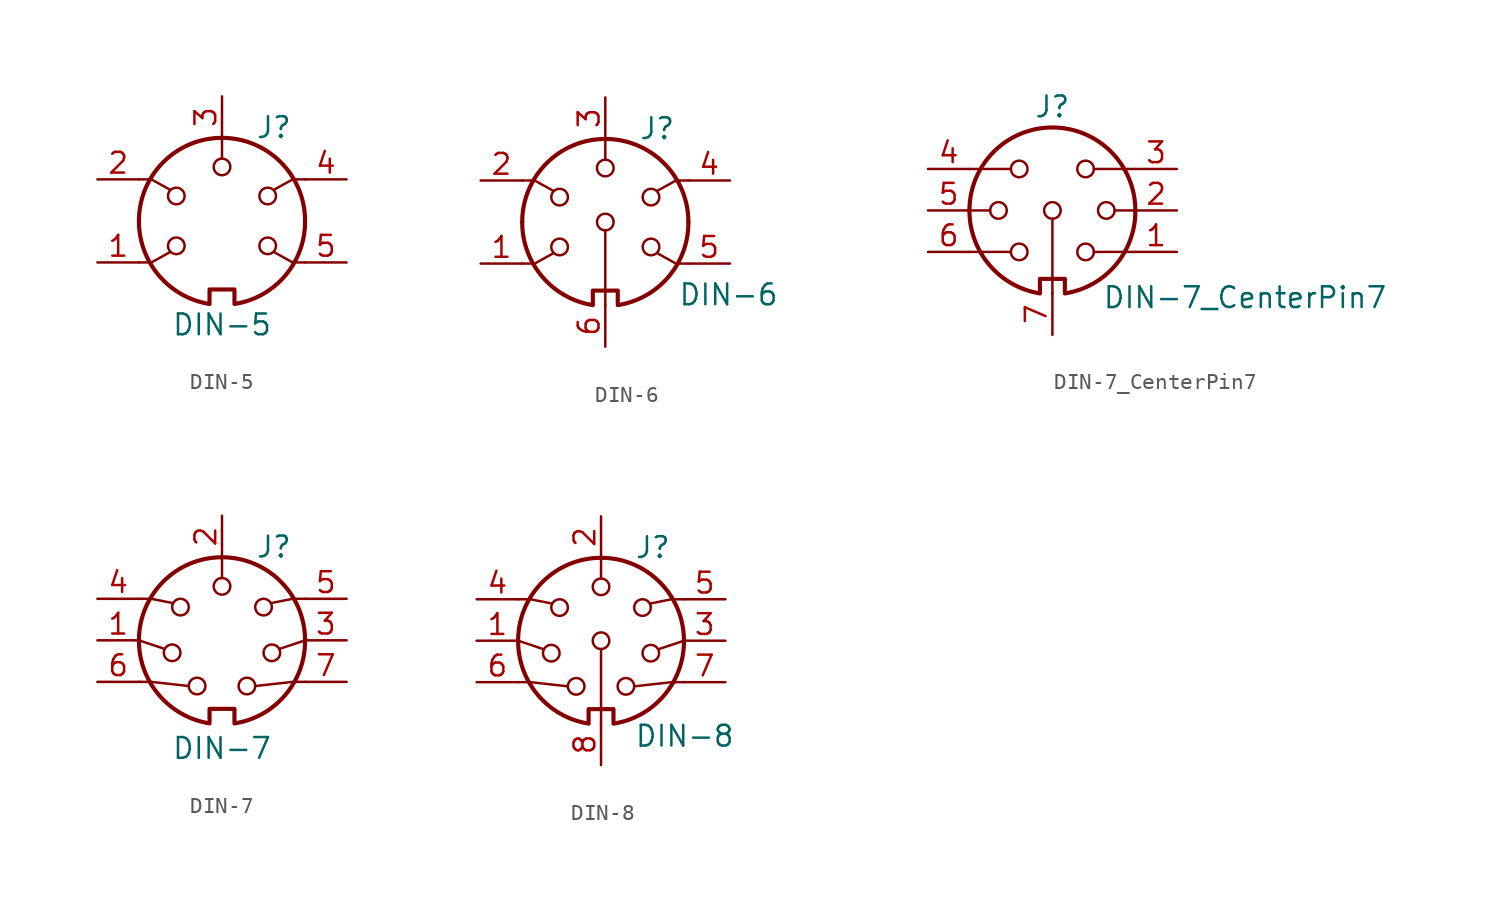
<source format=kicad_sym>
(kicad_symbol_lib
  (version 20211014)
  (generator kicad_symbol_editor)
  (symbol "DIN-5"
    (pin_names
      (offset 1.016))
    (property "Reference" "J"
      (at 3.175 5.715 0)
      (effects (font (size 1.27 1.27))))
    (property "Value" "DIN-5"
      (at 0 -6.35 0)
      (effects (font (size 1.27 1.27))))
    (symbol "DIN-5_0_1"
      (arc (start -5.08 0) (mid -3.8609 -3.3364) (end -0.762 -5.08) (stroke (width 0.254) (type default) (color 0 0 0 0)) (fill (type none)))
      (circle (center -2.794 -1.524) (radius 0.508) (stroke (width 0) (type default) (color 0 0 0 0)) (fill (type none)))
      (circle (center -2.794 1.524) (radius 0.508) (stroke (width 0) (type default) (color 0 0 0 0)) (fill (type none)))
      (polyline (pts (xy 0 5.08) (xy 0 3.81)) (stroke (width 0) (type default) (color 0 0 0 0)) (fill (type none)))
      (polyline (pts (xy -5.08 -2.54) (xy -4.318 -2.54) (xy -3.175 -1.905)) (stroke (width 0) (type default) (color 0 0 0 0)) (fill (type none)))
      (polyline (pts (xy -5.08 2.54) (xy -4.318 2.54) (xy -3.175 1.905)) (stroke (width 0) (type default) (color 0 0 0 0)) (fill (type none)))
      (polyline (pts (xy 5.08 -2.54) (xy 4.318 -2.54) (xy 3.175 -1.905)) (stroke (width 0) (type default) (color 0 0 0 0)) (fill (type none)))
      (polyline (pts (xy 5.08 2.54) (xy 4.318 2.54) (xy 3.175 1.905)) (stroke (width 0) (type default) (color 0 0 0 0)) (fill (type none)))
      (polyline (pts (xy -0.762 -4.953) (xy -0.762 -4.191) (xy 0.762 -4.191) (xy 0.762 -4.953)) (stroke (width 0.254) (type default) (color 0 0 0 0)) (fill (type none)))
      (circle (center 0 3.302) (radius 0.508) (stroke (width 0) (type default) (color 0 0 0 0)) (fill (type none)))
      (arc (start 0.762 -5.08) (mid 3.8685 -3.343) (end 5.08 0) (stroke (width 0.254) (type default) (color 0 0 0 0)) (fill (type none)))
      (circle (center 2.794 -1.524) (radius 0.508) (stroke (width 0) (type default) (color 0 0 0 0)) (fill (type none)))
      (circle (center 2.794 1.524) (radius 0.508) (stroke (width 0) (type default) (color 0 0 0 0)) (fill (type none)))
      (arc (start 5.08 0) (mid 0 5.08) (end -5.08 0) (stroke (width 0.254) (type default) (color 0 0 0 0)) (fill (type none))))
    (symbol "DIN-5_1_1"
      (pin passive line (at -7.62 -2.54 0) (length 2.54) (name "~" (effects (font (size 1.27 1.27)))) (number "1" (effects (font (size 1.27 1.27)))))
      (pin passive line (at -7.62 2.54 0) (length 2.54) (name "~" (effects (font (size 1.27 1.27)))) (number "2" (effects (font (size 1.27 1.27)))))
      (pin passive line (at 0 7.62 270) (length 2.54) (name "~" (effects (font (size 1.27 1.27)))) (number "3" (effects (font (size 1.27 1.27)))))
      (pin passive line (at 7.62 2.54 180) (length 2.54) (name "~" (effects (font (size 1.27 1.27)))) (number "4" (effects (font (size 1.27 1.27)))))
      (pin passive line (at 7.62 -2.54 180) (length 2.54) (name "~" (effects (font (size 1.27 1.27)))) (number "5" (effects (font (size 1.27 1.27)))))))
  (symbol "DIN-6"
    (pin_names
      (offset 1.016))
    (property "Reference" "J"
      (at 3.175 5.715 0)
      (effects (font (size 1.27 1.27))))
    (property "Value" "DIN-6"
      (at 4.445 -4.445 0)
      (effects (font (size 1.27 1.27)) (justify left)))
    (symbol "DIN-6_0_1"
      (arc (start -5.08 0) (mid -3.8609 -3.3364) (end -0.762 -5.08) (stroke (width 0.254) (type default) (color 0 0 0 0)) (fill (type none)))
      (circle (center -2.794 -1.524) (radius 0.508) (stroke (width 0) (type default) (color 0 0 0 0)) (fill (type none)))
      (circle (center -2.794 1.524) (radius 0.508) (stroke (width 0) (type default) (color 0 0 0 0)) (fill (type none)))
      (polyline (pts (xy 0 -5.08) (xy 0 -0.508)) (stroke (width 0) (type default) (color 0 0 0 0)) (fill (type none)))
      (polyline (pts (xy 0 5.08) (xy 0 3.81)) (stroke (width 0) (type default) (color 0 0 0 0)) (fill (type none)))
      (polyline (pts (xy -5.08 -2.54) (xy -4.318 -2.54) (xy -3.175 -1.905)) (stroke (width 0) (type default) (color 0 0 0 0)) (fill (type none)))
      (polyline (pts (xy -5.08 2.54) (xy -4.318 2.54) (xy -3.175 1.905)) (stroke (width 0) (type default) (color 0 0 0 0)) (fill (type none)))
      (polyline (pts (xy 5.08 -2.54) (xy 4.318 -2.54) (xy 3.175 -1.905)) (stroke (width 0) (type default) (color 0 0 0 0)) (fill (type none)))
      (polyline (pts (xy 5.08 2.54) (xy 4.318 2.54) (xy 3.175 1.905)) (stroke (width 0) (type default) (color 0 0 0 0)) (fill (type none)))
      (polyline (pts (xy -0.762 -4.953) (xy -0.762 -4.191) (xy 0.762 -4.191) (xy 0.762 -4.953)) (stroke (width 0.254) (type default) (color 0 0 0 0)) (fill (type none)))
      (circle (center 0 0) (radius 0.508) (stroke (width 0) (type default) (color 0 0 0 0)) (fill (type none)))
      (circle (center 0 3.302) (radius 0.508) (stroke (width 0) (type default) (color 0 0 0 0)) (fill (type none)))
      (arc (start 0.762 -5.08) (mid 3.8685 -3.343) (end 5.08 0) (stroke (width 0.254) (type default) (color 0 0 0 0)) (fill (type none)))
      (circle (center 2.794 -1.524) (radius 0.508) (stroke (width 0) (type default) (color 0 0 0 0)) (fill (type none)))
      (circle (center 2.794 1.524) (radius 0.508) (stroke (width 0) (type default) (color 0 0 0 0)) (fill (type none)))
      (arc (start 5.08 0) (mid 0 5.08) (end -5.08 0) (stroke (width 0.254) (type default) (color 0 0 0 0)) (fill (type none))))
    (symbol "DIN-6_1_1"
      (pin passive line (at -7.62 -2.54 0) (length 2.54) (name "~" (effects (font (size 1.27 1.27)))) (number "1" (effects (font (size 1.27 1.27)))))
      (pin passive line (at -7.62 2.54 0) (length 2.54) (name "~" (effects (font (size 1.27 1.27)))) (number "2" (effects (font (size 1.27 1.27)))))
      (pin passive line (at 0 7.62 270) (length 2.54) (name "~" (effects (font (size 1.27 1.27)))) (number "3" (effects (font (size 1.27 1.27)))))
      (pin passive line (at 7.62 2.54 180) (length 2.54) (name "~" (effects (font (size 1.27 1.27)))) (number "4" (effects (font (size 1.27 1.27)))))
      (pin passive line (at 7.62 -2.54 180) (length 2.54) (name "~" (effects (font (size 1.27 1.27)))) (number "5" (effects (font (size 1.27 1.27)))))
      (pin passive line (at 0 -7.62 90) (length 2.54) (name "~" (effects (font (size 1.27 1.27)))) (number "6" (effects (font (size 1.27 1.27)))))))
  (symbol "DIN-7_CenterPin7"
    (pin_names
      (offset 1.016))
    (property "Reference" "J"
      (at 0 6.35 0)
      (effects (font (size 1.27 1.27))))
    (property "Value" "DIN-7_CenterPin7"
      (at 3.048 -5.334 0)
      (effects (font (size 1.27 1.27)) (justify left)))
    (symbol "DIN-7_CenterPin7_0_1"
      (arc (start -5.08 0) (mid -3.8609 -3.3364) (end -0.762 -5.08) (stroke (width 0.254) (type default) (color 0 0 0 0)) (fill (type none)))
      (circle (center -3.302 0) (radius 0.508) (stroke (width 0) (type default) (color 0 0 0 0)) (fill (type none)))
      (circle (center -2.032 -2.54) (radius 0.508) (stroke (width 0) (type default) (color 0 0 0 0)) (fill (type none)))
      (circle (center -2.032 2.54) (radius 0.508) (stroke (width 0) (type default) (color 0 0 0 0)) (fill (type none)))
      (polyline (pts (xy -5.08 0) (xy -3.81 0)) (stroke (width 0) (type default) (color 0 0 0 0)) (fill (type none)))
      (polyline (pts (xy 0 -0.508) (xy 0 -5.08)) (stroke (width 0) (type default) (color 0 0 0 0)) (fill (type none)))
      (polyline (pts (xy 5.08 0) (xy 3.81 0)) (stroke (width 0) (type default) (color 0 0 0 0)) (fill (type none)))
      (polyline (pts (xy -5.08 -2.54) (xy -4.318 -2.54) (xy -2.54 -2.54)) (stroke (width 0) (type default) (color 0 0 0 0)) (fill (type none)))
      (polyline (pts (xy -5.08 2.54) (xy -4.318 2.54) (xy -2.54 2.54)) (stroke (width 0) (type default) (color 0 0 0 0)) (fill (type none)))
      (polyline (pts (xy 5.08 -2.54) (xy 4.318 -2.54) (xy 2.54 -2.54)) (stroke (width 0) (type default) (color 0 0 0 0)) (fill (type none)))
      (polyline (pts (xy 5.08 2.54) (xy 4.318 2.54) (xy 2.54 2.54)) (stroke (width 0) (type default) (color 0 0 0 0)) (fill (type none)))
      (polyline (pts (xy -0.762 -4.953) (xy -0.762 -4.191) (xy 0.762 -4.191) (xy 0.762 -4.953)) (stroke (width 0.254) (type default) (color 0 0 0 0)) (fill (type none)))
      (circle (center 0 0) (radius 0.508) (stroke (width 0) (type default) (color 0 0 0 0)) (fill (type none)))
      (arc (start 0.762 -5.08) (mid 3.8685 -3.343) (end 5.08 0) (stroke (width 0.254) (type default) (color 0 0 0 0)) (fill (type none)))
      (circle (center 2.032 -2.54) (radius 0.508) (stroke (width 0) (type default) (color 0 0 0 0)) (fill (type none)))
      (circle (center 2.032 2.54) (radius 0.508) (stroke (width 0) (type default) (color 0 0 0 0)) (fill (type none)))
      (circle (center 3.302 0) (radius 0.508) (stroke (width 0) (type default) (color 0 0 0 0)) (fill (type none)))
      (arc (start 5.08 0) (mid 0 5.08) (end -5.08 0) (stroke (width 0.254) (type default) (color 0 0 0 0)) (fill (type none))))
    (symbol "DIN-7_CenterPin7_1_1"
      (pin passive line (at 7.62 -2.54 180) (length 2.54) (name "~" (effects (font (size 1.27 1.27)))) (number "1" (effects (font (size 1.27 1.27)))))
      (pin passive line (at 7.62 0 180) (length 2.54) (name "~" (effects (font (size 1.27 1.27)))) (number "2" (effects (font (size 1.27 1.27)))))
      (pin passive line (at 7.62 2.54 180) (length 2.54) (name "~" (effects (font (size 1.27 1.27)))) (number "3" (effects (font (size 1.27 1.27)))))
      (pin passive line (at -7.62 2.54 0) (length 2.54) (name "~" (effects (font (size 1.27 1.27)))) (number "4" (effects (font (size 1.27 1.27)))))
      (pin passive line (at -7.62 0 0) (length 2.54) (name "~" (effects (font (size 1.27 1.27)))) (number "5" (effects (font (size 1.27 1.27)))))
      (pin passive line (at -7.62 -2.54 0) (length 2.54) (name "~" (effects (font (size 1.27 1.27)))) (number "6" (effects (font (size 1.27 1.27)))))
      (pin passive line (at 0 -7.62 90) (length 2.54) (name "~" (effects (font (size 1.27 1.27)))) (number "7" (effects (font (size 1.27 1.27)))))))
  (symbol "DIN-7"
    (pin_names
      (offset 1.016))
    (property "Reference" "J"
      (at 3.175 5.715 0)
      (effects (font (size 1.27 1.27))))
    (property "Value" "DIN-7"
      (at 0 -6.604 0)
      (effects (font (size 1.27 1.27))))
    (symbol "DIN-7_0_1"
      (arc (start -5.08 0) (mid -3.8609 -3.3364) (end -0.762 -5.08) (stroke (width 0.254) (type default) (color 0 0 0 0)) (fill (type none)))
      (circle (center -3.048 -0.762) (radius 0.508) (stroke (width 0) (type default) (color 0 0 0 0)) (fill (type none)))
      (circle (center -2.54 2.032) (radius 0.508) (stroke (width 0) (type default) (color 0 0 0 0)) (fill (type none)))
      (circle (center -1.524 -2.794) (radius 0.508) (stroke (width 0) (type default) (color 0 0 0 0)) (fill (type none)))
      (polyline (pts (xy -5.08 0) (xy -3.556 -0.508)) (stroke (width 0) (type default) (color 0 0 0 0)) (fill (type none)))
      (polyline (pts (xy 0 5.08) (xy 0 3.81)) (stroke (width 0) (type default) (color 0 0 0 0)) (fill (type none)))
      (polyline (pts (xy 5.08 0) (xy 3.556 -0.508)) (stroke (width 0) (type default) (color 0 0 0 0)) (fill (type none)))
      (polyline (pts (xy -5.08 -2.54) (xy -4.318 -2.54) (xy -2.032 -2.794)) (stroke (width 0) (type default) (color 0 0 0 0)) (fill (type none)))
      (polyline (pts (xy -5.08 2.54) (xy -4.318 2.54) (xy -3.048 2.286)) (stroke (width 0) (type default) (color 0 0 0 0)) (fill (type none)))
      (polyline (pts (xy 5.08 -2.54) (xy 4.318 -2.54) (xy 2.032 -2.794)) (stroke (width 0) (type default) (color 0 0 0 0)) (fill (type none)))
      (polyline (pts (xy 5.08 2.54) (xy 4.318 2.54) (xy 3.048 2.286)) (stroke (width 0) (type default) (color 0 0 0 0)) (fill (type none)))
      (polyline (pts (xy -0.762 -4.953) (xy -0.762 -4.191) (xy 0.762 -4.191) (xy 0.762 -4.953)) (stroke (width 0.254) (type default) (color 0 0 0 0)) (fill (type none)))
      (circle (center 0 3.302) (radius 0.508) (stroke (width 0) (type default) (color 0 0 0 0)) (fill (type none)))
      (arc (start 0.762 -5.08) (mid 3.8685 -3.343) (end 5.08 0) (stroke (width 0.254) (type default) (color 0 0 0 0)) (fill (type none)))
      (circle (center 1.524 -2.794) (radius 0.508) (stroke (width 0) (type default) (color 0 0 0 0)) (fill (type none)))
      (circle (center 2.54 2.032) (radius 0.508) (stroke (width 0) (type default) (color 0 0 0 0)) (fill (type none)))
      (circle (center 3.048 -0.762) (radius 0.508) (stroke (width 0) (type default) (color 0 0 0 0)) (fill (type none)))
      (arc (start 5.08 0) (mid 0 5.08) (end -5.08 0) (stroke (width 0.254) (type default) (color 0 0 0 0)) (fill (type none))))
    (symbol "DIN-7_1_1"
      (pin passive line (at -7.62 0 0) (length 2.54) (name "~" (effects (font (size 1.27 1.27)))) (number "1" (effects (font (size 1.27 1.27)))))
      (pin passive line (at 0 7.62 270) (length 2.54) (name "~" (effects (font (size 1.27 1.27)))) (number "2" (effects (font (size 1.27 1.27)))))
      (pin passive line (at 7.62 0 180) (length 2.54) (name "~" (effects (font (size 1.27 1.27)))) (number "3" (effects (font (size 1.27 1.27)))))
      (pin passive line (at -7.62 2.54 0) (length 2.54) (name "~" (effects (font (size 1.27 1.27)))) (number "4" (effects (font (size 1.27 1.27)))))
      (pin passive line (at 7.62 2.54 180) (length 2.54) (name "~" (effects (font (size 1.27 1.27)))) (number "5" (effects (font (size 1.27 1.27)))))
      (pin passive line (at -7.62 -2.54 0) (length 2.54) (name "~" (effects (font (size 1.27 1.27)))) (number "6" (effects (font (size 1.27 1.27)))))
      (pin passive line (at 7.62 -2.54 180) (length 2.54) (name "~" (effects (font (size 1.27 1.27)))) (number "7" (effects (font (size 1.27 1.27)))))))
  (symbol "DIN-8"
    (pin_names
      (offset 1.016))
    (property "Reference" "J"
      (at 3.175 5.715 0)
      (effects (font (size 1.27 1.27))))
    (property "Value" "DIN-8"
      (at 2.032 -5.842 0)
      (effects (font (size 1.27 1.27)) (justify left)))
    (symbol "DIN-8_0_1"
      (arc (start -5.08 0) (mid -3.8609 -3.3364) (end -0.762 -5.08) (stroke (width 0.254) (type default) (color 0 0 0 0)) (fill (type none)))
      (circle (center -3.048 -0.762) (radius 0.508) (stroke (width 0) (type default) (color 0 0 0 0)) (fill (type none)))
      (circle (center -2.54 2.032) (radius 0.508) (stroke (width 0) (type default) (color 0 0 0 0)) (fill (type none)))
      (circle (center -1.524 -2.794) (radius 0.508) (stroke (width 0) (type default) (color 0 0 0 0)) (fill (type none)))
      (polyline (pts (xy -5.08 0) (xy -3.556 -0.508)) (stroke (width 0) (type default) (color 0 0 0 0)) (fill (type none)))
      (polyline (pts (xy 0 -0.508) (xy 0 -5.08)) (stroke (width 0) (type default) (color 0 0 0 0)) (fill (type none)))
      (polyline (pts (xy 0 5.08) (xy 0 3.81)) (stroke (width 0) (type default) (color 0 0 0 0)) (fill (type none)))
      (polyline (pts (xy 5.08 0) (xy 3.556 -0.508)) (stroke (width 0) (type default) (color 0 0 0 0)) (fill (type none)))
      (polyline (pts (xy -5.08 -2.54) (xy -4.318 -2.54) (xy -2.032 -2.794)) (stroke (width 0) (type default) (color 0 0 0 0)) (fill (type none)))
      (polyline (pts (xy -5.08 2.54) (xy -4.318 2.54) (xy -3.048 2.286)) (stroke (width 0) (type default) (color 0 0 0 0)) (fill (type none)))
      (polyline (pts (xy 5.08 -2.54) (xy 4.318 -2.54) (xy 2.032 -2.794)) (stroke (width 0) (type default) (color 0 0 0 0)) (fill (type none)))
      (polyline (pts (xy 5.08 2.54) (xy 4.318 2.54) (xy 3.048 2.286)) (stroke (width 0) (type default) (color 0 0 0 0)) (fill (type none)))
      (polyline (pts (xy -0.762 -4.953) (xy -0.762 -4.191) (xy 0.762 -4.191) (xy 0.762 -4.953)) (stroke (width 0.254) (type default) (color 0 0 0 0)) (fill (type none)))
      (circle (center 0 0) (radius 0.508) (stroke (width 0) (type default) (color 0 0 0 0)) (fill (type none)))
      (circle (center 0 3.302) (radius 0.508) (stroke (width 0) (type default) (color 0 0 0 0)) (fill (type none)))
      (arc (start 0.762 -5.08) (mid 3.8685 -3.343) (end 5.08 0) (stroke (width 0.254) (type default) (color 0 0 0 0)) (fill (type none)))
      (circle (center 1.524 -2.794) (radius 0.508) (stroke (width 0) (type default) (color 0 0 0 0)) (fill (type none)))
      (circle (center 2.54 2.032) (radius 0.508) (stroke (width 0) (type default) (color 0 0 0 0)) (fill (type none)))
      (circle (center 3.048 -0.762) (radius 0.508) (stroke (width 0) (type default) (color 0 0 0 0)) (fill (type none)))
      (arc (start 5.08 0) (mid 0 5.08) (end -5.08 0) (stroke (width 0.254) (type default) (color 0 0 0 0)) (fill (type none))))
    (symbol "DIN-8_1_1"
      (pin passive line (at -7.62 0 0) (length 2.54) (name "~" (effects (font (size 1.27 1.27)))) (number "1" (effects (font (size 1.27 1.27)))))
      (pin passive line (at 0 7.62 270) (length 2.54) (name "~" (effects (font (size 1.27 1.27)))) (number "2" (effects (font (size 1.27 1.27)))))
      (pin passive line (at 7.62 0 180) (length 2.54) (name "~" (effects (font (size 1.27 1.27)))) (number "3" (effects (font (size 1.27 1.27)))))
      (pin passive line (at -7.62 2.54 0) (length 2.54) (name "~" (effects (font (size 1.27 1.27)))) (number "4" (effects (font (size 1.27 1.27)))))
      (pin passive line (at 7.62 2.54 180) (length 2.54) (name "~" (effects (font (size 1.27 1.27)))) (number "5" (effects (font (size 1.27 1.27)))))
      (pin passive line (at -7.62 -2.54 0) (length 2.54) (name "~" (effects (font (size 1.27 1.27)))) (number "6" (effects (font (size 1.27 1.27)))))
      (pin passive line (at 7.62 -2.54 180) (length 2.54) (name "~" (effects (font (size 1.27 1.27)))) (number "7" (effects (font (size 1.27 1.27)))))
      (pin passive line (at 0 -7.62 90) (length 2.54) (name "~" (effects (font (size 1.27 1.27)))) (number "8" (effects (font (size 1.27 1.27))))))))
</source>
